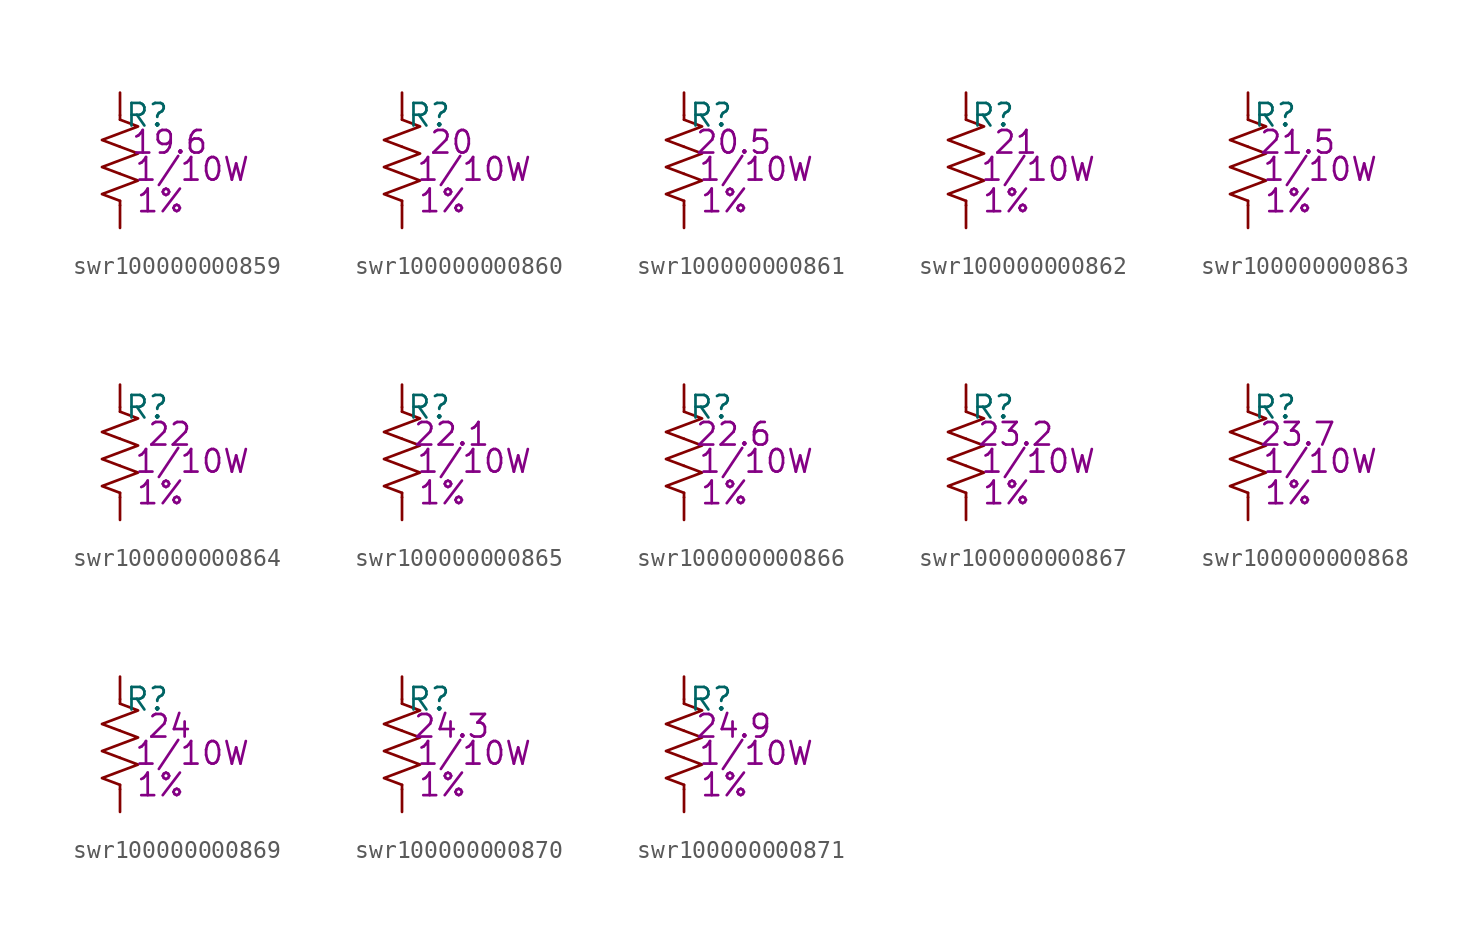
<source format=kicad_sym>
(kicad_symbol_lib
  (version 20211014)
  (generator kicad_symbol_editor)
  (symbol "swr100000000859"
    (pin_numbers hide)
    (pin_names
      (offset 1.016))
    (property "Reference" "R"
      (at 1.524 2.54 0)
      (effects (font (size 1.27 1.27))))
    (property "Tolerance" "1%"
      (at 2.286 -2.286 0)
      (effects (font (size 1.27 1.27))))
    (property "Wattage" "1/10W"
      (at 4.064 -0.508 0)
      (effects (font (size 1.27 1.27))))
    (property "PartValue" "19.6"
      (at 2.794 1.016 0)
      (effects (font (size 1.27 1.27))))
    (symbol "swr100000000859_1_1"
      (polyline (pts (xy 0 -2.286) (xy 0 -2.54)) (stroke (width 0) (type default) (color 0 0 0 0)) (fill (type none)))
      (polyline (pts (xy 0 2.286) (xy 0 2.54)) (stroke (width 0) (type default) (color 0 0 0 0)) (fill (type none)))
      (polyline (pts (xy 0 -0.762) (xy 1.016 -1.143) (xy 0 -1.524) (xy -1.016 -1.905) (xy 0 -2.286)) (stroke (width 0) (type default) (color 0 0 0 0)) (fill (type none)))
      (polyline (pts (xy 0 0.762) (xy 1.016 0.381) (xy 0 0) (xy -1.016 -0.381) (xy 0 -0.762)) (stroke (width 0) (type default) (color 0 0 0 0)) (fill (type none)))
      (polyline (pts (xy 0 2.286) (xy 1.016 1.905) (xy 0 1.524) (xy -1.016 1.143) (xy 0 0.762)) (stroke (width 0) (type default) (color 0 0 0 0)) (fill (type none)))
      (pin passive line (at 0 3.81 270) (length 1.27) (name "~" (effects (font (size 1.27 1.27)))) (number "1" (effects (font (size 1.27 1.27)))))
      (pin passive line (at 0 -3.81 90) (length 1.27) (name "~" (effects (font (size 1.27 1.27)))) (number "2" (effects (font (size 1.27 1.27)))))))
  (symbol "swr100000000860"
    (pin_numbers hide)
    (pin_names
      (offset 1.016))
    (property "Reference" "R"
      (at 1.524 2.54 0)
      (effects (font (size 1.27 1.27))))
    (property "Tolerance" "1%"
      (at 2.286 -2.286 0)
      (effects (font (size 1.27 1.27))))
    (property "Wattage" "1/10W"
      (at 4.064 -0.508 0)
      (effects (font (size 1.27 1.27))))
    (property "PartValue" "20"
      (at 2.794 1.016 0)
      (effects (font (size 1.27 1.27))))
    (symbol "swr100000000860_1_1"
      (polyline (pts (xy 0 -2.286) (xy 0 -2.54)) (stroke (width 0) (type default) (color 0 0 0 0)) (fill (type none)))
      (polyline (pts (xy 0 2.286) (xy 0 2.54)) (stroke (width 0) (type default) (color 0 0 0 0)) (fill (type none)))
      (polyline (pts (xy 0 -0.762) (xy 1.016 -1.143) (xy 0 -1.524) (xy -1.016 -1.905) (xy 0 -2.286)) (stroke (width 0) (type default) (color 0 0 0 0)) (fill (type none)))
      (polyline (pts (xy 0 0.762) (xy 1.016 0.381) (xy 0 0) (xy -1.016 -0.381) (xy 0 -0.762)) (stroke (width 0) (type default) (color 0 0 0 0)) (fill (type none)))
      (polyline (pts (xy 0 2.286) (xy 1.016 1.905) (xy 0 1.524) (xy -1.016 1.143) (xy 0 0.762)) (stroke (width 0) (type default) (color 0 0 0 0)) (fill (type none)))
      (pin passive line (at 0 3.81 270) (length 1.27) (name "~" (effects (font (size 1.27 1.27)))) (number "1" (effects (font (size 1.27 1.27)))))
      (pin passive line (at 0 -3.81 90) (length 1.27) (name "~" (effects (font (size 1.27 1.27)))) (number "2" (effects (font (size 1.27 1.27)))))))
  (symbol "swr100000000861"
    (pin_numbers hide)
    (pin_names
      (offset 1.016))
    (property "Reference" "R"
      (at 1.524 2.54 0)
      (effects (font (size 1.27 1.27))))
    (property "Tolerance" "1%"
      (at 2.286 -2.286 0)
      (effects (font (size 1.27 1.27))))
    (property "Wattage" "1/10W"
      (at 4.064 -0.508 0)
      (effects (font (size 1.27 1.27))))
    (property "PartValue" "20.5"
      (at 2.794 1.016 0)
      (effects (font (size 1.27 1.27))))
    (symbol "swr100000000861_1_1"
      (polyline (pts (xy 0 -2.286) (xy 0 -2.54)) (stroke (width 0) (type default) (color 0 0 0 0)) (fill (type none)))
      (polyline (pts (xy 0 2.286) (xy 0 2.54)) (stroke (width 0) (type default) (color 0 0 0 0)) (fill (type none)))
      (polyline (pts (xy 0 -0.762) (xy 1.016 -1.143) (xy 0 -1.524) (xy -1.016 -1.905) (xy 0 -2.286)) (stroke (width 0) (type default) (color 0 0 0 0)) (fill (type none)))
      (polyline (pts (xy 0 0.762) (xy 1.016 0.381) (xy 0 0) (xy -1.016 -0.381) (xy 0 -0.762)) (stroke (width 0) (type default) (color 0 0 0 0)) (fill (type none)))
      (polyline (pts (xy 0 2.286) (xy 1.016 1.905) (xy 0 1.524) (xy -1.016 1.143) (xy 0 0.762)) (stroke (width 0) (type default) (color 0 0 0 0)) (fill (type none)))
      (pin passive line (at 0 3.81 270) (length 1.27) (name "~" (effects (font (size 1.27 1.27)))) (number "1" (effects (font (size 1.27 1.27)))))
      (pin passive line (at 0 -3.81 90) (length 1.27) (name "~" (effects (font (size 1.27 1.27)))) (number "2" (effects (font (size 1.27 1.27)))))))
  (symbol "swr100000000862"
    (pin_numbers hide)
    (pin_names
      (offset 1.016))
    (property "Reference" "R"
      (at 1.524 2.54 0)
      (effects (font (size 1.27 1.27))))
    (property "Tolerance" "1%"
      (at 2.286 -2.286 0)
      (effects (font (size 1.27 1.27))))
    (property "Wattage" "1/10W"
      (at 4.064 -0.508 0)
      (effects (font (size 1.27 1.27))))
    (property "PartValue" "21"
      (at 2.794 1.016 0)
      (effects (font (size 1.27 1.27))))
    (symbol "swr100000000862_1_1"
      (polyline (pts (xy 0 -2.286) (xy 0 -2.54)) (stroke (width 0) (type default) (color 0 0 0 0)) (fill (type none)))
      (polyline (pts (xy 0 2.286) (xy 0 2.54)) (stroke (width 0) (type default) (color 0 0 0 0)) (fill (type none)))
      (polyline (pts (xy 0 -0.762) (xy 1.016 -1.143) (xy 0 -1.524) (xy -1.016 -1.905) (xy 0 -2.286)) (stroke (width 0) (type default) (color 0 0 0 0)) (fill (type none)))
      (polyline (pts (xy 0 0.762) (xy 1.016 0.381) (xy 0 0) (xy -1.016 -0.381) (xy 0 -0.762)) (stroke (width 0) (type default) (color 0 0 0 0)) (fill (type none)))
      (polyline (pts (xy 0 2.286) (xy 1.016 1.905) (xy 0 1.524) (xy -1.016 1.143) (xy 0 0.762)) (stroke (width 0) (type default) (color 0 0 0 0)) (fill (type none)))
      (pin passive line (at 0 3.81 270) (length 1.27) (name "~" (effects (font (size 1.27 1.27)))) (number "1" (effects (font (size 1.27 1.27)))))
      (pin passive line (at 0 -3.81 90) (length 1.27) (name "~" (effects (font (size 1.27 1.27)))) (number "2" (effects (font (size 1.27 1.27)))))))
  (symbol "swr100000000863"
    (pin_numbers hide)
    (pin_names
      (offset 1.016))
    (property "Reference" "R"
      (at 1.524 2.54 0)
      (effects (font (size 1.27 1.27))))
    (property "Tolerance" "1%"
      (at 2.286 -2.286 0)
      (effects (font (size 1.27 1.27))))
    (property "Wattage" "1/10W"
      (at 4.064 -0.508 0)
      (effects (font (size 1.27 1.27))))
    (property "PartValue" "21.5"
      (at 2.794 1.016 0)
      (effects (font (size 1.27 1.27))))
    (symbol "swr100000000863_1_1"
      (polyline (pts (xy 0 -2.286) (xy 0 -2.54)) (stroke (width 0) (type default) (color 0 0 0 0)) (fill (type none)))
      (polyline (pts (xy 0 2.286) (xy 0 2.54)) (stroke (width 0) (type default) (color 0 0 0 0)) (fill (type none)))
      (polyline (pts (xy 0 -0.762) (xy 1.016 -1.143) (xy 0 -1.524) (xy -1.016 -1.905) (xy 0 -2.286)) (stroke (width 0) (type default) (color 0 0 0 0)) (fill (type none)))
      (polyline (pts (xy 0 0.762) (xy 1.016 0.381) (xy 0 0) (xy -1.016 -0.381) (xy 0 -0.762)) (stroke (width 0) (type default) (color 0 0 0 0)) (fill (type none)))
      (polyline (pts (xy 0 2.286) (xy 1.016 1.905) (xy 0 1.524) (xy -1.016 1.143) (xy 0 0.762)) (stroke (width 0) (type default) (color 0 0 0 0)) (fill (type none)))
      (pin passive line (at 0 3.81 270) (length 1.27) (name "~" (effects (font (size 1.27 1.27)))) (number "1" (effects (font (size 1.27 1.27)))))
      (pin passive line (at 0 -3.81 90) (length 1.27) (name "~" (effects (font (size 1.27 1.27)))) (number "2" (effects (font (size 1.27 1.27)))))))
  (symbol "swr100000000864"
    (pin_numbers hide)
    (pin_names
      (offset 1.016))
    (property "Reference" "R"
      (at 1.524 2.54 0)
      (effects (font (size 1.27 1.27))))
    (property "Tolerance" "1%"
      (at 2.286 -2.286 0)
      (effects (font (size 1.27 1.27))))
    (property "Wattage" "1/10W"
      (at 4.064 -0.508 0)
      (effects (font (size 1.27 1.27))))
    (property "PartValue" "22"
      (at 2.794 1.016 0)
      (effects (font (size 1.27 1.27))))
    (symbol "swr100000000864_1_1"
      (polyline (pts (xy 0 -2.286) (xy 0 -2.54)) (stroke (width 0) (type default) (color 0 0 0 0)) (fill (type none)))
      (polyline (pts (xy 0 2.286) (xy 0 2.54)) (stroke (width 0) (type default) (color 0 0 0 0)) (fill (type none)))
      (polyline (pts (xy 0 -0.762) (xy 1.016 -1.143) (xy 0 -1.524) (xy -1.016 -1.905) (xy 0 -2.286)) (stroke (width 0) (type default) (color 0 0 0 0)) (fill (type none)))
      (polyline (pts (xy 0 0.762) (xy 1.016 0.381) (xy 0 0) (xy -1.016 -0.381) (xy 0 -0.762)) (stroke (width 0) (type default) (color 0 0 0 0)) (fill (type none)))
      (polyline (pts (xy 0 2.286) (xy 1.016 1.905) (xy 0 1.524) (xy -1.016 1.143) (xy 0 0.762)) (stroke (width 0) (type default) (color 0 0 0 0)) (fill (type none)))
      (pin passive line (at 0 3.81 270) (length 1.27) (name "~" (effects (font (size 1.27 1.27)))) (number "1" (effects (font (size 1.27 1.27)))))
      (pin passive line (at 0 -3.81 90) (length 1.27) (name "~" (effects (font (size 1.27 1.27)))) (number "2" (effects (font (size 1.27 1.27)))))))
  (symbol "swr100000000865"
    (pin_numbers hide)
    (pin_names
      (offset 1.016))
    (property "Reference" "R"
      (at 1.524 2.54 0)
      (effects (font (size 1.27 1.27))))
    (property "Tolerance" "1%"
      (at 2.286 -2.286 0)
      (effects (font (size 1.27 1.27))))
    (property "Wattage" "1/10W"
      (at 4.064 -0.508 0)
      (effects (font (size 1.27 1.27))))
    (property "PartValue" "22.1"
      (at 2.794 1.016 0)
      (effects (font (size 1.27 1.27))))
    (symbol "swr100000000865_1_1"
      (polyline (pts (xy 0 -2.286) (xy 0 -2.54)) (stroke (width 0) (type default) (color 0 0 0 0)) (fill (type none)))
      (polyline (pts (xy 0 2.286) (xy 0 2.54)) (stroke (width 0) (type default) (color 0 0 0 0)) (fill (type none)))
      (polyline (pts (xy 0 -0.762) (xy 1.016 -1.143) (xy 0 -1.524) (xy -1.016 -1.905) (xy 0 -2.286)) (stroke (width 0) (type default) (color 0 0 0 0)) (fill (type none)))
      (polyline (pts (xy 0 0.762) (xy 1.016 0.381) (xy 0 0) (xy -1.016 -0.381) (xy 0 -0.762)) (stroke (width 0) (type default) (color 0 0 0 0)) (fill (type none)))
      (polyline (pts (xy 0 2.286) (xy 1.016 1.905) (xy 0 1.524) (xy -1.016 1.143) (xy 0 0.762)) (stroke (width 0) (type default) (color 0 0 0 0)) (fill (type none)))
      (pin passive line (at 0 3.81 270) (length 1.27) (name "~" (effects (font (size 1.27 1.27)))) (number "1" (effects (font (size 1.27 1.27)))))
      (pin passive line (at 0 -3.81 90) (length 1.27) (name "~" (effects (font (size 1.27 1.27)))) (number "2" (effects (font (size 1.27 1.27)))))))
  (symbol "swr100000000866"
    (pin_numbers hide)
    (pin_names
      (offset 1.016))
    (property "Reference" "R"
      (at 1.524 2.54 0)
      (effects (font (size 1.27 1.27))))
    (property "Tolerance" "1%"
      (at 2.286 -2.286 0)
      (effects (font (size 1.27 1.27))))
    (property "Wattage" "1/10W"
      (at 4.064 -0.508 0)
      (effects (font (size 1.27 1.27))))
    (property "PartValue" "22.6"
      (at 2.794 1.016 0)
      (effects (font (size 1.27 1.27))))
    (symbol "swr100000000866_1_1"
      (polyline (pts (xy 0 -2.286) (xy 0 -2.54)) (stroke (width 0) (type default) (color 0 0 0 0)) (fill (type none)))
      (polyline (pts (xy 0 2.286) (xy 0 2.54)) (stroke (width 0) (type default) (color 0 0 0 0)) (fill (type none)))
      (polyline (pts (xy 0 -0.762) (xy 1.016 -1.143) (xy 0 -1.524) (xy -1.016 -1.905) (xy 0 -2.286)) (stroke (width 0) (type default) (color 0 0 0 0)) (fill (type none)))
      (polyline (pts (xy 0 0.762) (xy 1.016 0.381) (xy 0 0) (xy -1.016 -0.381) (xy 0 -0.762)) (stroke (width 0) (type default) (color 0 0 0 0)) (fill (type none)))
      (polyline (pts (xy 0 2.286) (xy 1.016 1.905) (xy 0 1.524) (xy -1.016 1.143) (xy 0 0.762)) (stroke (width 0) (type default) (color 0 0 0 0)) (fill (type none)))
      (pin passive line (at 0 3.81 270) (length 1.27) (name "~" (effects (font (size 1.27 1.27)))) (number "1" (effects (font (size 1.27 1.27)))))
      (pin passive line (at 0 -3.81 90) (length 1.27) (name "~" (effects (font (size 1.27 1.27)))) (number "2" (effects (font (size 1.27 1.27)))))))
  (symbol "swr100000000867"
    (pin_numbers hide)
    (pin_names
      (offset 1.016))
    (property "Reference" "R"
      (at 1.524 2.54 0)
      (effects (font (size 1.27 1.27))))
    (property "Tolerance" "1%"
      (at 2.286 -2.286 0)
      (effects (font (size 1.27 1.27))))
    (property "Wattage" "1/10W"
      (at 4.064 -0.508 0)
      (effects (font (size 1.27 1.27))))
    (property "PartValue" "23.2"
      (at 2.794 1.016 0)
      (effects (font (size 1.27 1.27))))
    (symbol "swr100000000867_1_1"
      (polyline (pts (xy 0 -2.286) (xy 0 -2.54)) (stroke (width 0) (type default) (color 0 0 0 0)) (fill (type none)))
      (polyline (pts (xy 0 2.286) (xy 0 2.54)) (stroke (width 0) (type default) (color 0 0 0 0)) (fill (type none)))
      (polyline (pts (xy 0 -0.762) (xy 1.016 -1.143) (xy 0 -1.524) (xy -1.016 -1.905) (xy 0 -2.286)) (stroke (width 0) (type default) (color 0 0 0 0)) (fill (type none)))
      (polyline (pts (xy 0 0.762) (xy 1.016 0.381) (xy 0 0) (xy -1.016 -0.381) (xy 0 -0.762)) (stroke (width 0) (type default) (color 0 0 0 0)) (fill (type none)))
      (polyline (pts (xy 0 2.286) (xy 1.016 1.905) (xy 0 1.524) (xy -1.016 1.143) (xy 0 0.762)) (stroke (width 0) (type default) (color 0 0 0 0)) (fill (type none)))
      (pin passive line (at 0 3.81 270) (length 1.27) (name "~" (effects (font (size 1.27 1.27)))) (number "1" (effects (font (size 1.27 1.27)))))
      (pin passive line (at 0 -3.81 90) (length 1.27) (name "~" (effects (font (size 1.27 1.27)))) (number "2" (effects (font (size 1.27 1.27)))))))
  (symbol "swr100000000868"
    (pin_numbers hide)
    (pin_names
      (offset 1.016))
    (property "Reference" "R"
      (at 1.524 2.54 0)
      (effects (font (size 1.27 1.27))))
    (property "Tolerance" "1%"
      (at 2.286 -2.286 0)
      (effects (font (size 1.27 1.27))))
    (property "Wattage" "1/10W"
      (at 4.064 -0.508 0)
      (effects (font (size 1.27 1.27))))
    (property "PartValue" "23.7"
      (at 2.794 1.016 0)
      (effects (font (size 1.27 1.27))))
    (symbol "swr100000000868_1_1"
      (polyline (pts (xy 0 -2.286) (xy 0 -2.54)) (stroke (width 0) (type default) (color 0 0 0 0)) (fill (type none)))
      (polyline (pts (xy 0 2.286) (xy 0 2.54)) (stroke (width 0) (type default) (color 0 0 0 0)) (fill (type none)))
      (polyline (pts (xy 0 -0.762) (xy 1.016 -1.143) (xy 0 -1.524) (xy -1.016 -1.905) (xy 0 -2.286)) (stroke (width 0) (type default) (color 0 0 0 0)) (fill (type none)))
      (polyline (pts (xy 0 0.762) (xy 1.016 0.381) (xy 0 0) (xy -1.016 -0.381) (xy 0 -0.762)) (stroke (width 0) (type default) (color 0 0 0 0)) (fill (type none)))
      (polyline (pts (xy 0 2.286) (xy 1.016 1.905) (xy 0 1.524) (xy -1.016 1.143) (xy 0 0.762)) (stroke (width 0) (type default) (color 0 0 0 0)) (fill (type none)))
      (pin passive line (at 0 3.81 270) (length 1.27) (name "~" (effects (font (size 1.27 1.27)))) (number "1" (effects (font (size 1.27 1.27)))))
      (pin passive line (at 0 -3.81 90) (length 1.27) (name "~" (effects (font (size 1.27 1.27)))) (number "2" (effects (font (size 1.27 1.27)))))))
  (symbol "swr100000000869"
    (pin_numbers hide)
    (pin_names
      (offset 1.016))
    (property "Reference" "R"
      (at 1.524 2.54 0)
      (effects (font (size 1.27 1.27))))
    (property "Tolerance" "1%"
      (at 2.286 -2.286 0)
      (effects (font (size 1.27 1.27))))
    (property "Wattage" "1/10W"
      (at 4.064 -0.508 0)
      (effects (font (size 1.27 1.27))))
    (property "PartValue" "24"
      (at 2.794 1.016 0)
      (effects (font (size 1.27 1.27))))
    (symbol "swr100000000869_1_1"
      (polyline (pts (xy 0 -2.286) (xy 0 -2.54)) (stroke (width 0) (type default) (color 0 0 0 0)) (fill (type none)))
      (polyline (pts (xy 0 2.286) (xy 0 2.54)) (stroke (width 0) (type default) (color 0 0 0 0)) (fill (type none)))
      (polyline (pts (xy 0 -0.762) (xy 1.016 -1.143) (xy 0 -1.524) (xy -1.016 -1.905) (xy 0 -2.286)) (stroke (width 0) (type default) (color 0 0 0 0)) (fill (type none)))
      (polyline (pts (xy 0 0.762) (xy 1.016 0.381) (xy 0 0) (xy -1.016 -0.381) (xy 0 -0.762)) (stroke (width 0) (type default) (color 0 0 0 0)) (fill (type none)))
      (polyline (pts (xy 0 2.286) (xy 1.016 1.905) (xy 0 1.524) (xy -1.016 1.143) (xy 0 0.762)) (stroke (width 0) (type default) (color 0 0 0 0)) (fill (type none)))
      (pin passive line (at 0 3.81 270) (length 1.27) (name "~" (effects (font (size 1.27 1.27)))) (number "1" (effects (font (size 1.27 1.27)))))
      (pin passive line (at 0 -3.81 90) (length 1.27) (name "~" (effects (font (size 1.27 1.27)))) (number "2" (effects (font (size 1.27 1.27)))))))
  (symbol "swr100000000870"
    (pin_numbers hide)
    (pin_names
      (offset 1.016))
    (property "Reference" "R"
      (at 1.524 2.54 0)
      (effects (font (size 1.27 1.27))))
    (property "Tolerance" "1%"
      (at 2.286 -2.286 0)
      (effects (font (size 1.27 1.27))))
    (property "Wattage" "1/10W"
      (at 4.064 -0.508 0)
      (effects (font (size 1.27 1.27))))
    (property "PartValue" "24.3"
      (at 2.794 1.016 0)
      (effects (font (size 1.27 1.27))))
    (symbol "swr100000000870_1_1"
      (polyline (pts (xy 0 -2.286) (xy 0 -2.54)) (stroke (width 0) (type default) (color 0 0 0 0)) (fill (type none)))
      (polyline (pts (xy 0 2.286) (xy 0 2.54)) (stroke (width 0) (type default) (color 0 0 0 0)) (fill (type none)))
      (polyline (pts (xy 0 -0.762) (xy 1.016 -1.143) (xy 0 -1.524) (xy -1.016 -1.905) (xy 0 -2.286)) (stroke (width 0) (type default) (color 0 0 0 0)) (fill (type none)))
      (polyline (pts (xy 0 0.762) (xy 1.016 0.381) (xy 0 0) (xy -1.016 -0.381) (xy 0 -0.762)) (stroke (width 0) (type default) (color 0 0 0 0)) (fill (type none)))
      (polyline (pts (xy 0 2.286) (xy 1.016 1.905) (xy 0 1.524) (xy -1.016 1.143) (xy 0 0.762)) (stroke (width 0) (type default) (color 0 0 0 0)) (fill (type none)))
      (pin passive line (at 0 3.81 270) (length 1.27) (name "~" (effects (font (size 1.27 1.27)))) (number "1" (effects (font (size 1.27 1.27)))))
      (pin passive line (at 0 -3.81 90) (length 1.27) (name "~" (effects (font (size 1.27 1.27)))) (number "2" (effects (font (size 1.27 1.27)))))))
  (symbol "swr100000000871"
    (pin_numbers hide)
    (pin_names
      (offset 1.016))
    (property "Reference" "R"
      (at 1.524 2.54 0)
      (effects (font (size 1.27 1.27))))
    (property "Tolerance" "1%"
      (at 2.286 -2.286 0)
      (effects (font (size 1.27 1.27))))
    (property "Wattage" "1/10W"
      (at 4.064 -0.508 0)
      (effects (font (size 1.27 1.27))))
    (property "PartValue" "24.9"
      (at 2.794 1.016 0)
      (effects (font (size 1.27 1.27))))
    (symbol "swr100000000871_1_1"
      (polyline (pts (xy 0 -2.286) (xy 0 -2.54)) (stroke (width 0) (type default) (color 0 0 0 0)) (fill (type none)))
      (polyline (pts (xy 0 2.286) (xy 0 2.54)) (stroke (width 0) (type default) (color 0 0 0 0)) (fill (type none)))
      (polyline (pts (xy 0 -0.762) (xy 1.016 -1.143) (xy 0 -1.524) (xy -1.016 -1.905) (xy 0 -2.286)) (stroke (width 0) (type default) (color 0 0 0 0)) (fill (type none)))
      (polyline (pts (xy 0 0.762) (xy 1.016 0.381) (xy 0 0) (xy -1.016 -0.381) (xy 0 -0.762)) (stroke (width 0) (type default) (color 0 0 0 0)) (fill (type none)))
      (polyline (pts (xy 0 2.286) (xy 1.016 1.905) (xy 0 1.524) (xy -1.016 1.143) (xy 0 0.762)) (stroke (width 0) (type default) (color 0 0 0 0)) (fill (type none)))
      (pin passive line (at 0 3.81 270) (length 1.27) (name "~" (effects (font (size 1.27 1.27)))) (number "1" (effects (font (size 1.27 1.27)))))
      (pin passive line (at 0 -3.81 90) (length 1.27) (name "~" (effects (font (size 1.27 1.27)))) (number "2" (effects (font (size 1.27 1.27))))))))
</source>
